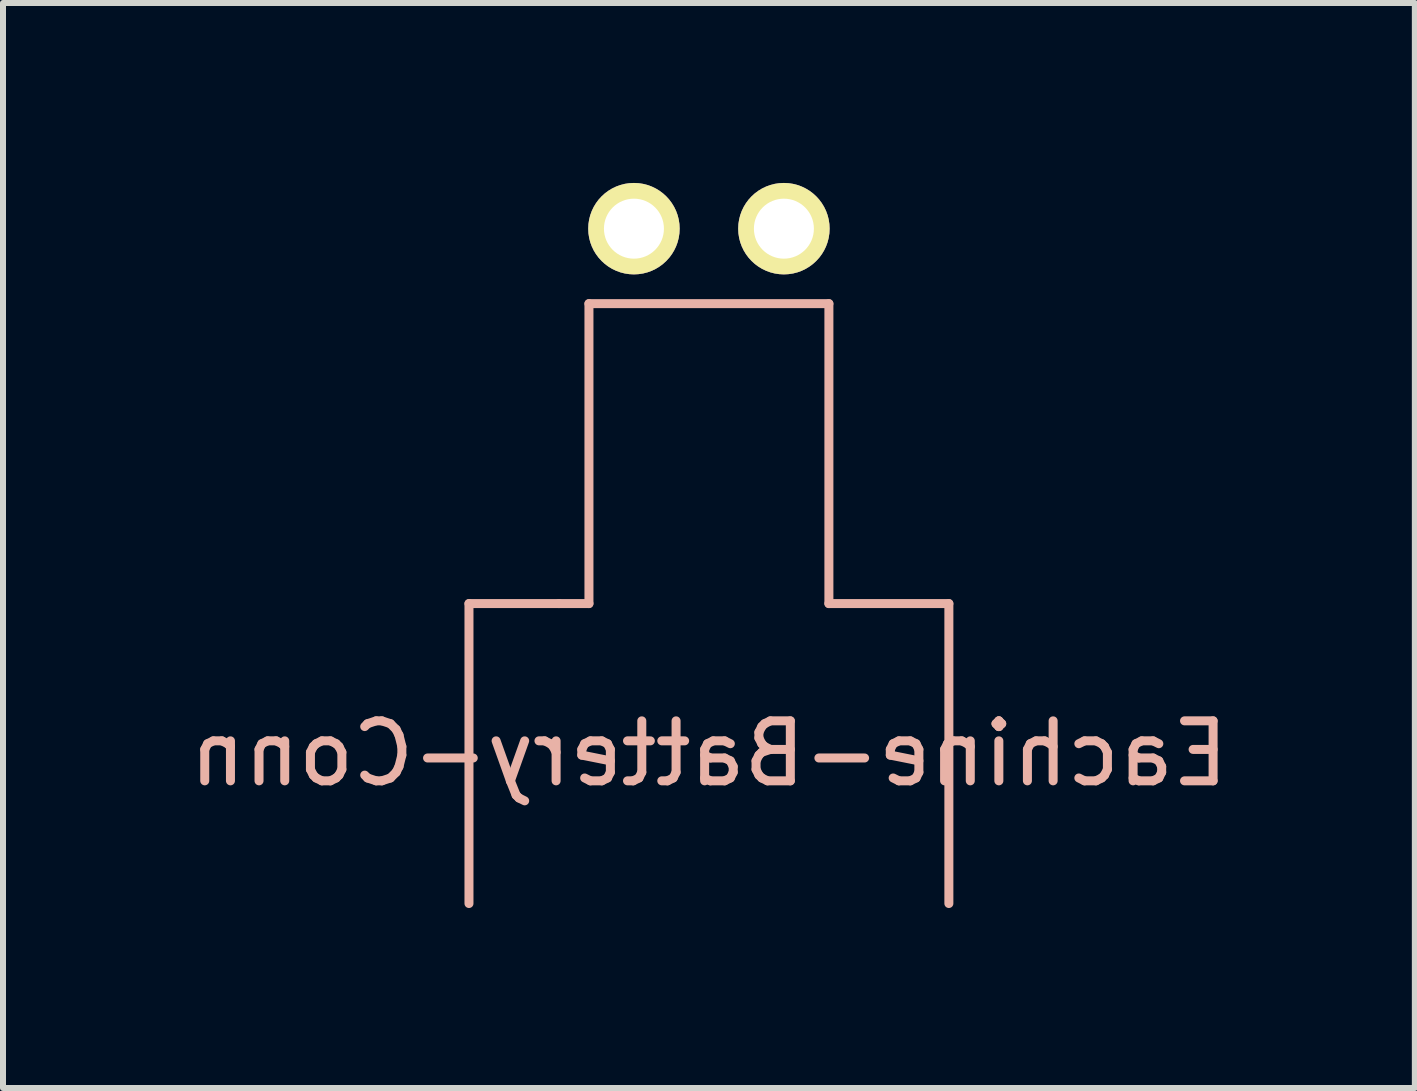
<source format=kicad_pcb>
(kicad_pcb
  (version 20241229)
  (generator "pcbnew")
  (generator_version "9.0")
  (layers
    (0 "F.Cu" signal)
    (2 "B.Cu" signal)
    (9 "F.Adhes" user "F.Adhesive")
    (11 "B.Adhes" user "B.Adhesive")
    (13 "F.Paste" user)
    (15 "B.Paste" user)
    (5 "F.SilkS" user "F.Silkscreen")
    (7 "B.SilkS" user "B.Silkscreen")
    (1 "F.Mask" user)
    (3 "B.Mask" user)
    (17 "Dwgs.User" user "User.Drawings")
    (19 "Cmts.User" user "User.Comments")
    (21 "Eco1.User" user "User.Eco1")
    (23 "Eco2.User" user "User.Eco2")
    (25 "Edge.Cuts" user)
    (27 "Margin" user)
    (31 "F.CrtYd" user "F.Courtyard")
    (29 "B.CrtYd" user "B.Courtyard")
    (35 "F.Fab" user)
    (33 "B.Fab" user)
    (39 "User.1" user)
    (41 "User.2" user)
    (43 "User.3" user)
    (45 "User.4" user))
  (footprint "Eachine-Battery-Conn"
    (layer "F.Cu")
    (at 8.768 5.012)
    (property "Reference" "Eachine-Battery-Conn" (at 0 4.5 0) (layer "B.SilkS") (effects (font (size 1 1) (thickness 0.15)) (justify mirror)))
    (attr through_hole)
    (fp_line (start -4 2) (end -2.5 2) (stroke (width 0.15) (type solid)) (layer "B.SilkS"))
    (fp_line (start -4 7) (end -4 2) (stroke (width 0.15) (type solid)) (layer "B.SilkS"))
    (fp_line (start -2.5 2) (end -2 2) (stroke (width 0.15) (type solid)) (layer "B.SilkS"))
    (fp_line (start -2 -3) (end 2 -3) (stroke (width 0.15) (type solid)) (layer "B.SilkS"))
    (fp_line (start -2 2) (end -2 -3) (stroke (width 0.15) (type solid)) (layer "B.SilkS"))
    (fp_line (start 2 -3) (end 2 2) (stroke (width 0.15) (type solid)) (layer "B.SilkS"))
    (fp_line (start 2 2) (end 4 2) (stroke (width 0.15) (type solid)) (layer "B.SilkS"))
    (fp_line (start 4 2) (end 4 7) (stroke (width 0.15) (type solid)) (layer "B.SilkS"))
    (pad "1" thru_hole circle (at -1.25 -4.25) (size 1.524 1.524) (drill 1) (layers "*.Cu" "*.Mask" "F.SilkS"))
    (pad "2" thru_hole circle (at 1.25 -4.25) (size 1.524 1.524) (drill 1) (layers "*.Cu" "*.Mask" "F.SilkS")))
  (gr_rect
    (start -3 -3)
    (end 20.536 15.087)
    (stroke (width 0.1) (type default))
    (fill no)
    (layer "Edge.Cuts")))
</source>
